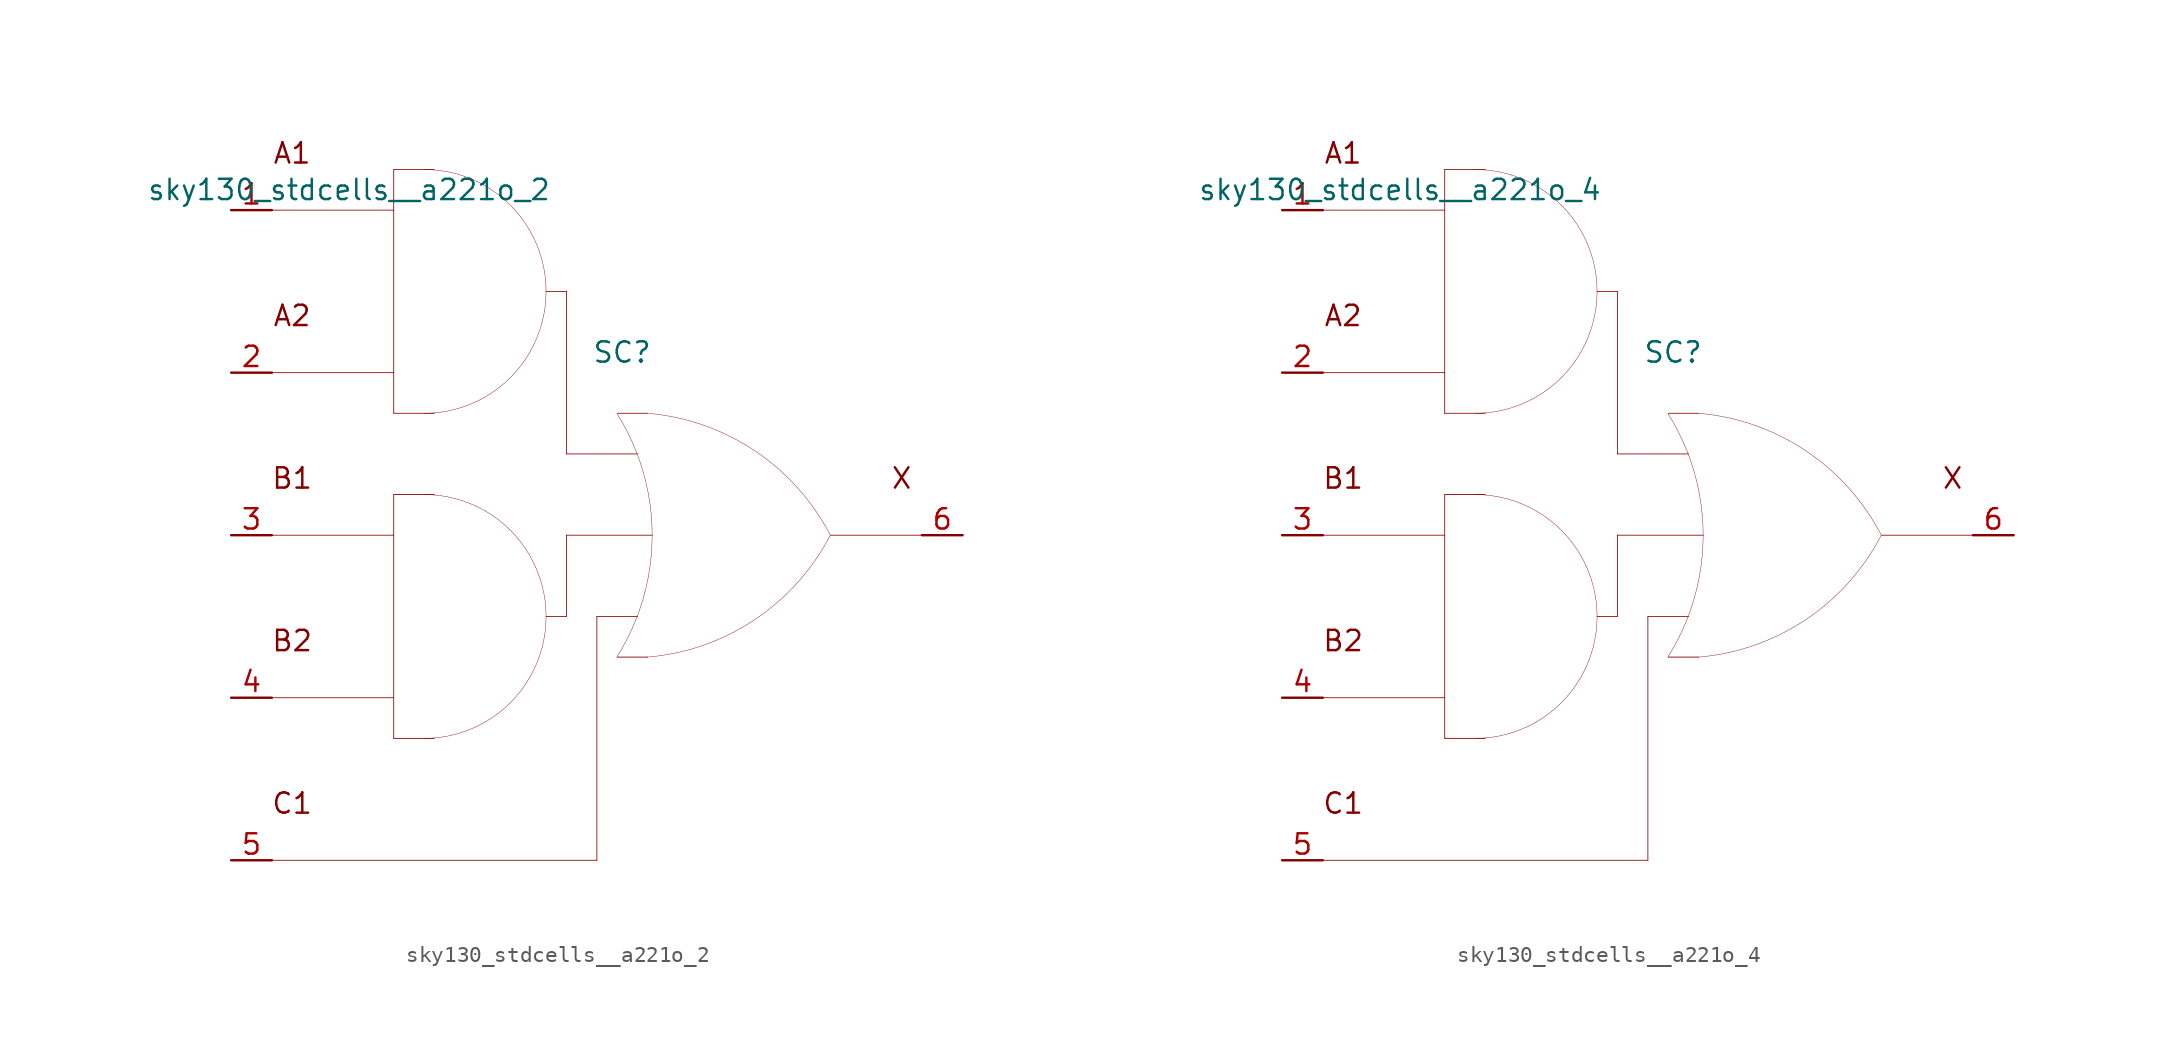
<source format=kicad_sym>
(kicad_symbol_lib
  (version 20211014)
  (generator kicad_symbol_editor)
  (symbol "sky130_stdcells__a221o_2"
    (pin_names hide)
    (property "Reference" "SC"
      (at 1.575 11.43 0)
      (effects (font (size 1.27 1.27))))
    (property "Value" "sky130_stdcells__a221o_2"
      (at -2.845 21.59 0)
      (effects (font (size 1.27 1.27)) (justify right)))
    (symbol "sky130_stdcells__a221o_2_0_0"
      (arc (start -10.795 -12.7) (mid -8.8228 -12.4404) (end -6.985 -11.6791) (stroke (width 0.0254) (type default) (color 0 0 0 0)) (fill (type none)))
      (arc (start -10.795 7.62) (mid -8.8228 7.8796) (end -6.985 8.6409) (stroke (width 0.0254) (type default) (color 0 0 0 0)) (fill (type none)))
      (arc (start -6.985 -11.6791) (mid -5.4069 -10.4681) (end -4.1959 -8.89) (stroke (width 0.0254) (type default) (color 0 0 0 0)) (fill (type none)))
      (arc (start -6.985 1.5191) (mid -8.8228 2.2803) (end -10.795 2.54) (stroke (width 0.0254) (type default) (color 0 0 0 0)) (fill (type none)))
      (arc (start -6.985 8.6409) (mid -5.4069 9.8519) (end -4.1959 11.43) (stroke (width 0.0254) (type default) (color 0 0 0 0)) (fill (type none)))
      (arc (start -6.985 21.8391) (mid -8.8228 22.6003) (end -10.795 22.86) (stroke (width 0.0254) (type default) (color 0 0 0 0)) (fill (type none)))
      (arc (start -4.1959 -8.89) (mid -3.4347 -7.0522) (end -3.175 -5.08) (stroke (width 0.0254) (type default) (color 0 0 0 0)) (fill (type none)))
      (arc (start -4.1959 -1.27) (mid -5.4069 0.3081) (end -6.985 1.5191) (stroke (width 0.0254) (type default) (color 0 0 0 0)) (fill (type none)))
      (arc (start -4.1959 11.43) (mid -3.4347 13.2678) (end -3.175 15.24) (stroke (width 0.0254) (type default) (color 0 0 0 0)) (fill (type none)))
      (arc (start -4.1959 19.05) (mid -5.4069 20.6281) (end -6.985 21.8391) (stroke (width 0.0254) (type default) (color 0 0 0 0)) (fill (type none)))
      (arc (start -3.175 -5.08) (mid -3.4346 -3.1078) (end -4.1959 -1.27) (stroke (width 0.0254) (type default) (color 0 0 0 0)) (fill (type none)))
      (arc (start -3.175 15.24) (mid -3.4346 17.2122) (end -4.1959 19.05) (stroke (width 0.0254) (type default) (color 0 0 0 0)) (fill (type none)))
      (polyline (pts (xy -20.32 -20.32) (xy 0 -20.32)) (stroke (width 0.051) (type default) (color 0 0 0 0)) (fill (type none)))
      (polyline (pts (xy -20.32 -10.16) (xy -12.7 -10.16)) (stroke (width 0.051) (type default) (color 0 0 0 0)) (fill (type none)))
      (polyline (pts (xy -20.32 0) (xy -12.7 0)) (stroke (width 0.051) (type default) (color 0 0 0 0)) (fill (type none)))
      (polyline (pts (xy -20.32 10.16) (xy -12.7 10.16)) (stroke (width 0.051) (type default) (color 0 0 0 0)) (fill (type none)))
      (polyline (pts (xy -20.32 20.32) (xy -12.7 20.32)) (stroke (width 0.051) (type default) (color 0 0 0 0)) (fill (type none)))
      (polyline (pts (xy -12.7 -12.7) (xy -10.16 -12.7)) (stroke (width 0.051) (type default) (color 0 0 0 0)) (fill (type none)))
      (polyline (pts (xy -12.7 2.54) (xy -12.7 -12.7)) (stroke (width 0.051) (type default) (color 0 0 0 0)) (fill (type none)))
      (polyline (pts (xy -12.7 2.54) (xy -10.16 2.54)) (stroke (width 0.051) (type default) (color 0 0 0 0)) (fill (type none)))
      (polyline (pts (xy -12.7 7.62) (xy -10.16 7.62)) (stroke (width 0.051) (type default) (color 0 0 0 0)) (fill (type none)))
      (polyline (pts (xy -12.7 22.86) (xy -12.7 7.62)) (stroke (width 0.051) (type default) (color 0 0 0 0)) (fill (type none)))
      (polyline (pts (xy -12.7 22.86) (xy -10.16 22.86)) (stroke (width 0.051) (type default) (color 0 0 0 0)) (fill (type none)))
      (polyline (pts (xy -3.175 -5.08) (xy -1.905 -5.08)) (stroke (width 0.051) (type default) (color 0 0 0 0)) (fill (type none)))
      (polyline (pts (xy -3.175 15.24) (xy -1.905 15.24)) (stroke (width 0.051) (type default) (color 0 0 0 0)) (fill (type none)))
      (polyline (pts (xy -1.905 0) (xy -1.905 -5.08)) (stroke (width 0.051) (type default) (color 0 0 0 0)) (fill (type none)))
      (polyline (pts (xy -1.905 0) (xy 3.454 0)) (stroke (width 0.051) (type default) (color 0 0 0 0)) (fill (type none)))
      (polyline (pts (xy -1.905 5.08) (xy 2.54 5.08)) (stroke (width 0.051) (type default) (color 0 0 0 0)) (fill (type none)))
      (polyline (pts (xy -1.905 15.24) (xy -1.905 5.08)) (stroke (width 0.051) (type default) (color 0 0 0 0)) (fill (type none)))
      (polyline (pts (xy 0 -5.08) (xy 0 -20.32)) (stroke (width 0.051) (type default) (color 0 0 0 0)) (fill (type none)))
      (polyline (pts (xy 0 -5.08) (xy 2.54 -5.08)) (stroke (width 0.051) (type default) (color 0 0 0 0)) (fill (type none)))
      (polyline (pts (xy 1.27 -7.62) (xy 3.175 -7.62)) (stroke (width 0.051) (type default) (color 0 0 0 0)) (fill (type none)))
      (polyline (pts (xy 1.27 7.62) (xy 3.175 7.62)) (stroke (width 0.051) (type default) (color 0 0 0 0)) (fill (type none)))
      (polyline (pts (xy 14.605 0) (xy 20.32 0)) (stroke (width 0.051) (type default) (color 0 0 0 0)) (fill (type none)))
      (arc (start 1.2495 -7.6142) (mid 1.907 -6.458) (end 2.4538 -5.2456) (stroke (width 0.0254) (type default) (color 0 0 0 0)) (fill (type none)))
      (arc (start 2.4538 -5.2456) (mid 2.8887 -3.9755) (end 3.202 -2.6701) (stroke (width 0.0254) (type default) (color 0 0 0 0)) (fill (type none)))
      (arc (start 2.472 5.1993) (mid 1.9238 6.4248) (end 1.2627 7.5932) (stroke (width 0.0254) (type default) (color 0 0 0 0)) (fill (type none)))
      (arc (start 3.1446 -7.6231) (mid 9.8386 -5.2986) (end 14.5755 -0.0284) (stroke (width 0.0254) (type default) (color 0 0 0 0)) (fill (type none)))
      (arc (start 3.202 -2.6701) (mid 3.3912 -1.341) (end 3.4544 0) (stroke (width 0.0254) (type default) (color 0 0 0 0)) (fill (type none)))
      (arc (start 3.2066 2.6456) (mid 2.8989 3.9396) (end 2.472 5.1993) (stroke (width 0.0254) (type default) (color 0 0 0 0)) (fill (type none)))
      (arc (start 3.4544 0) (mid 3.3923 1.3286) (end 3.2066 2.6456) (stroke (width 0.0254) (type default) (color 0 0 0 0)) (fill (type none)))
      (arc (start 14.5983 -0.0156) (mid 9.8798 5.271) (end 3.194 7.6189) (stroke (width 0.0254) (type default) (color 0 0 0 0)) (fill (type none)))
      (text "A1" (at -19.05 23.876 0) (effects (font (size 1.27 1.27))))
      (text "A2" (at -19.05 13.716 0) (effects (font (size 1.27 1.27))))
      (text "B1" (at -19.05 3.556 0) (effects (font (size 1.27 1.27))))
      (text "B2" (at -19.05 -6.604 0) (effects (font (size 1.27 1.27))))
      (text "C1" (at -19.05 -16.764 0) (effects (font (size 1.27 1.27))))
      (text "X" (at 19.05 3.556 0) (effects (font (size 1.27 1.27)))))
    (symbol "sky130_stdcells__a221o_2_1_1"
      (pin input line (at -22.86 20.32 0) (length 2.54) (name "A1" (effects (font (size 1.092 1.092)))) (number "1" (effects (font (size 1.27 1.27)))))
      (pin input line (at -22.86 10.16 0) (length 2.54) (name "A2" (effects (font (size 1.092 1.092)))) (number "2" (effects (font (size 1.27 1.27)))))
      (pin input line (at -22.86 0 0) (length 2.54) (name "B1" (effects (font (size 1.092 1.092)))) (number "3" (effects (font (size 1.27 1.27)))))
      (pin input line (at -22.86 -10.16 0) (length 2.54) (name "B2" (effects (font (size 1.092 1.092)))) (number "4" (effects (font (size 1.27 1.27)))))
      (pin input line (at -22.86 -20.32 0) (length 2.54) (name "C1" (effects (font (size 1.092 1.092)))) (number "5" (effects (font (size 1.27 1.27)))))
      (pin output line (at 22.86 0 180) (length 2.54) (name "X" (effects (font (size 1.092 1.092)))) (number "6" (effects (font (size 1.27 1.27)))))))
  (symbol "sky130_stdcells__a221o_4"
    (pin_names hide)
    (property "Reference" "SC"
      (at 1.575 11.43 0)
      (effects (font (size 1.27 1.27))))
    (property "Value" "sky130_stdcells__a221o_4"
      (at -2.845 21.59 0)
      (effects (font (size 1.27 1.27)) (justify right)))
    (symbol "sky130_stdcells__a221o_4_0_0"
      (arc (start -10.795 -12.7) (mid -8.8228 -12.4404) (end -6.985 -11.6791) (stroke (width 0.0254) (type default) (color 0 0 0 0)) (fill (type none)))
      (arc (start -10.795 7.62) (mid -8.8228 7.8796) (end -6.985 8.6409) (stroke (width 0.0254) (type default) (color 0 0 0 0)) (fill (type none)))
      (arc (start -6.985 -11.6791) (mid -5.4069 -10.4681) (end -4.1959 -8.89) (stroke (width 0.0254) (type default) (color 0 0 0 0)) (fill (type none)))
      (arc (start -6.985 1.5191) (mid -8.8228 2.2803) (end -10.795 2.54) (stroke (width 0.0254) (type default) (color 0 0 0 0)) (fill (type none)))
      (arc (start -6.985 8.6409) (mid -5.4069 9.8519) (end -4.1959 11.43) (stroke (width 0.0254) (type default) (color 0 0 0 0)) (fill (type none)))
      (arc (start -6.985 21.8391) (mid -8.8228 22.6003) (end -10.795 22.86) (stroke (width 0.0254) (type default) (color 0 0 0 0)) (fill (type none)))
      (arc (start -4.1959 -8.89) (mid -3.4347 -7.0522) (end -3.175 -5.08) (stroke (width 0.0254) (type default) (color 0 0 0 0)) (fill (type none)))
      (arc (start -4.1959 -1.27) (mid -5.4069 0.3081) (end -6.985 1.5191) (stroke (width 0.0254) (type default) (color 0 0 0 0)) (fill (type none)))
      (arc (start -4.1959 11.43) (mid -3.4347 13.2678) (end -3.175 15.24) (stroke (width 0.0254) (type default) (color 0 0 0 0)) (fill (type none)))
      (arc (start -4.1959 19.05) (mid -5.4069 20.6281) (end -6.985 21.8391) (stroke (width 0.0254) (type default) (color 0 0 0 0)) (fill (type none)))
      (arc (start -3.175 -5.08) (mid -3.4346 -3.1078) (end -4.1959 -1.27) (stroke (width 0.0254) (type default) (color 0 0 0 0)) (fill (type none)))
      (arc (start -3.175 15.24) (mid -3.4346 17.2122) (end -4.1959 19.05) (stroke (width 0.0254) (type default) (color 0 0 0 0)) (fill (type none)))
      (polyline (pts (xy -20.32 -20.32) (xy 0 -20.32)) (stroke (width 0.051) (type default) (color 0 0 0 0)) (fill (type none)))
      (polyline (pts (xy -20.32 -10.16) (xy -12.7 -10.16)) (stroke (width 0.051) (type default) (color 0 0 0 0)) (fill (type none)))
      (polyline (pts (xy -20.32 0) (xy -12.7 0)) (stroke (width 0.051) (type default) (color 0 0 0 0)) (fill (type none)))
      (polyline (pts (xy -20.32 10.16) (xy -12.7 10.16)) (stroke (width 0.051) (type default) (color 0 0 0 0)) (fill (type none)))
      (polyline (pts (xy -20.32 20.32) (xy -12.7 20.32)) (stroke (width 0.051) (type default) (color 0 0 0 0)) (fill (type none)))
      (polyline (pts (xy -12.7 -12.7) (xy -10.16 -12.7)) (stroke (width 0.051) (type default) (color 0 0 0 0)) (fill (type none)))
      (polyline (pts (xy -12.7 2.54) (xy -12.7 -12.7)) (stroke (width 0.051) (type default) (color 0 0 0 0)) (fill (type none)))
      (polyline (pts (xy -12.7 2.54) (xy -10.16 2.54)) (stroke (width 0.051) (type default) (color 0 0 0 0)) (fill (type none)))
      (polyline (pts (xy -12.7 7.62) (xy -10.16 7.62)) (stroke (width 0.051) (type default) (color 0 0 0 0)) (fill (type none)))
      (polyline (pts (xy -12.7 22.86) (xy -12.7 7.62)) (stroke (width 0.051) (type default) (color 0 0 0 0)) (fill (type none)))
      (polyline (pts (xy -12.7 22.86) (xy -10.16 22.86)) (stroke (width 0.051) (type default) (color 0 0 0 0)) (fill (type none)))
      (polyline (pts (xy -3.175 -5.08) (xy -1.905 -5.08)) (stroke (width 0.051) (type default) (color 0 0 0 0)) (fill (type none)))
      (polyline (pts (xy -3.175 15.24) (xy -1.905 15.24)) (stroke (width 0.051) (type default) (color 0 0 0 0)) (fill (type none)))
      (polyline (pts (xy -1.905 0) (xy -1.905 -5.08)) (stroke (width 0.051) (type default) (color 0 0 0 0)) (fill (type none)))
      (polyline (pts (xy -1.905 0) (xy 3.454 0)) (stroke (width 0.051) (type default) (color 0 0 0 0)) (fill (type none)))
      (polyline (pts (xy -1.905 5.08) (xy 2.54 5.08)) (stroke (width 0.051) (type default) (color 0 0 0 0)) (fill (type none)))
      (polyline (pts (xy -1.905 15.24) (xy -1.905 5.08)) (stroke (width 0.051) (type default) (color 0 0 0 0)) (fill (type none)))
      (polyline (pts (xy 0 -5.08) (xy 0 -20.32)) (stroke (width 0.051) (type default) (color 0 0 0 0)) (fill (type none)))
      (polyline (pts (xy 0 -5.08) (xy 2.54 -5.08)) (stroke (width 0.051) (type default) (color 0 0 0 0)) (fill (type none)))
      (polyline (pts (xy 1.27 -7.62) (xy 3.175 -7.62)) (stroke (width 0.051) (type default) (color 0 0 0 0)) (fill (type none)))
      (polyline (pts (xy 1.27 7.62) (xy 3.175 7.62)) (stroke (width 0.051) (type default) (color 0 0 0 0)) (fill (type none)))
      (polyline (pts (xy 14.605 0) (xy 20.32 0)) (stroke (width 0.051) (type default) (color 0 0 0 0)) (fill (type none)))
      (arc (start 1.2495 -7.6142) (mid 1.907 -6.458) (end 2.4538 -5.2456) (stroke (width 0.0254) (type default) (color 0 0 0 0)) (fill (type none)))
      (arc (start 2.4538 -5.2456) (mid 2.8887 -3.9755) (end 3.202 -2.6701) (stroke (width 0.0254) (type default) (color 0 0 0 0)) (fill (type none)))
      (arc (start 2.472 5.1993) (mid 1.9238 6.4248) (end 1.2627 7.5932) (stroke (width 0.0254) (type default) (color 0 0 0 0)) (fill (type none)))
      (arc (start 3.1446 -7.6231) (mid 9.8386 -5.2986) (end 14.5755 -0.0284) (stroke (width 0.0254) (type default) (color 0 0 0 0)) (fill (type none)))
      (arc (start 3.202 -2.6701) (mid 3.3912 -1.341) (end 3.4544 0) (stroke (width 0.0254) (type default) (color 0 0 0 0)) (fill (type none)))
      (arc (start 3.2066 2.6456) (mid 2.8989 3.9396) (end 2.472 5.1993) (stroke (width 0.0254) (type default) (color 0 0 0 0)) (fill (type none)))
      (arc (start 3.4544 0) (mid 3.3923 1.3286) (end 3.2066 2.6456) (stroke (width 0.0254) (type default) (color 0 0 0 0)) (fill (type none)))
      (arc (start 14.5983 -0.0156) (mid 9.8798 5.271) (end 3.194 7.6189) (stroke (width 0.0254) (type default) (color 0 0 0 0)) (fill (type none)))
      (text "A1" (at -19.05 23.876 0) (effects (font (size 1.27 1.27))))
      (text "A2" (at -19.05 13.716 0) (effects (font (size 1.27 1.27))))
      (text "B1" (at -19.05 3.556 0) (effects (font (size 1.27 1.27))))
      (text "B2" (at -19.05 -6.604 0) (effects (font (size 1.27 1.27))))
      (text "C1" (at -19.05 -16.764 0) (effects (font (size 1.27 1.27))))
      (text "X" (at 19.05 3.556 0) (effects (font (size 1.27 1.27)))))
    (symbol "sky130_stdcells__a221o_4_1_1"
      (pin input line (at -22.86 20.32 0) (length 2.54) (name "A1" (effects (font (size 1.092 1.092)))) (number "1" (effects (font (size 1.27 1.27)))))
      (pin input line (at -22.86 10.16 0) (length 2.54) (name "A2" (effects (font (size 1.092 1.092)))) (number "2" (effects (font (size 1.27 1.27)))))
      (pin input line (at -22.86 0 0) (length 2.54) (name "B1" (effects (font (size 1.092 1.092)))) (number "3" (effects (font (size 1.27 1.27)))))
      (pin input line (at -22.86 -10.16 0) (length 2.54) (name "B2" (effects (font (size 1.092 1.092)))) (number "4" (effects (font (size 1.27 1.27)))))
      (pin input line (at -22.86 -20.32 0) (length 2.54) (name "C1" (effects (font (size 1.092 1.092)))) (number "5" (effects (font (size 1.27 1.27)))))
      (pin output line (at 22.86 0 180) (length 2.54) (name "X" (effects (font (size 1.092 1.092)))) (number "6" (effects (font (size 1.27 1.27))))))))
</source>
